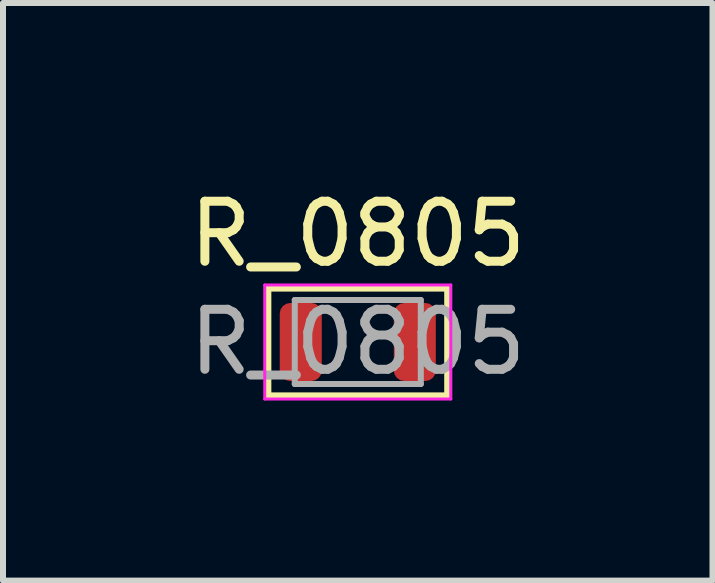
<source format=kicad_pcb>
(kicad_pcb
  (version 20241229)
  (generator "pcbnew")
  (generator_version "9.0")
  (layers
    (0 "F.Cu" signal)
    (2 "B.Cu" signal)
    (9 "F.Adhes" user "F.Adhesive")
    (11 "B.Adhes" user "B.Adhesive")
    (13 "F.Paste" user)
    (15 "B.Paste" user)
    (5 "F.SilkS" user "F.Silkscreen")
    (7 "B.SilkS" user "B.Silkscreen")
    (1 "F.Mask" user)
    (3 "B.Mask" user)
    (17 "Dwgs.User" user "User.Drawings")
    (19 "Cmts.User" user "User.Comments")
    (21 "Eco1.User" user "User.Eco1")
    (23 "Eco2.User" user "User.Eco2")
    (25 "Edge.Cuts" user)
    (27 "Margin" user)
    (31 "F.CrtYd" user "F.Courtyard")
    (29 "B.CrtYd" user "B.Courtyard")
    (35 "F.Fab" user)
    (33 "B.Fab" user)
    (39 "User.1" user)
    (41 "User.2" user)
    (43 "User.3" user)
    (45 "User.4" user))
  (footprint "R_0805"
    (layer "F.Cu")
    (at 2.911 2.648)
    (property "Reference" "R_0805" (at 0 -1.8 0) (layer "F.SilkS") (effects (font (size 1 1) (thickness 0.15))))
    (attr smd)
    (fp_line (start -1.5 -0.9) (end 1.5 -0.9) (stroke (width 0.12) (type solid)) (layer "F.SilkS"))
    (fp_line (start -1.5 0.9) (end -1.5 -0.9) (stroke (width 0.12) (type solid)) (layer "F.SilkS"))
    (fp_line (start 1.5 -0.9) (end 1.5 0.9) (stroke (width 0.12) (type solid)) (layer "F.SilkS"))
    (fp_line (start 1.5 0.9) (end -1.5 0.9) (stroke (width 0.12) (type solid)) (layer "F.SilkS"))
    (fp_line (start -1.55 -0.95) (end -1.55 0.95) (stroke (width 0.05) (type solid)) (layer "F.CrtYd"))
    (fp_line (start -1.55 -0.95) (end 1.55 -0.95) (stroke (width 0.05) (type solid)) (layer "F.CrtYd"))
    (fp_line (start -1.55 0.95) (end 1.55 0.95) (stroke (width 0.05) (type solid)) (layer "F.CrtYd"))
    (fp_line (start 1.55 -0.95) (end 1.55 0.95) (stroke (width 0.05) (type solid)) (layer "F.CrtYd"))
    (fp_line (start -1.05 -0.7) (end -1.05 0.7) (stroke (width 0.1) (type solid)) (layer "F.Fab"))
    (fp_line (start -1.05 -0.7) (end 1.05 -0.7) (stroke (width 0.1) (type solid)) (layer "F.Fab"))
    (fp_line (start -1.05 0.7) (end 1.05 0.7) (stroke (width 0.1) (type solid)) (layer "F.Fab"))
    (fp_line (start 1.05 -0.7) (end 1.05 0.7) (stroke (width 0.1) (type solid)) (layer "F.Fab"))
    (fp_text user "${REFERENCE}" (at 0 0 0) (layer "F.Fab") (effects (font (size 1 1) (thickness 0.15))))
    (pad "1" smd roundrect (at -0.95 0) (size 0.7 1.3) (layers "F.Cu" "F.Mask" "F.Paste") (roundrect_rratio 0.25))
    (pad "2" smd roundrect (at 0.95 0) (size 0.7 1.3) (layers "F.Cu" "F.Mask" "F.Paste") (roundrect_rratio 0.25)))
  (gr_rect
    (start -3 -3)
    (end 8.821 6.623)
    (stroke (width 0.1) (type default))
    (fill no)
    (layer "Edge.Cuts")))
</source>
